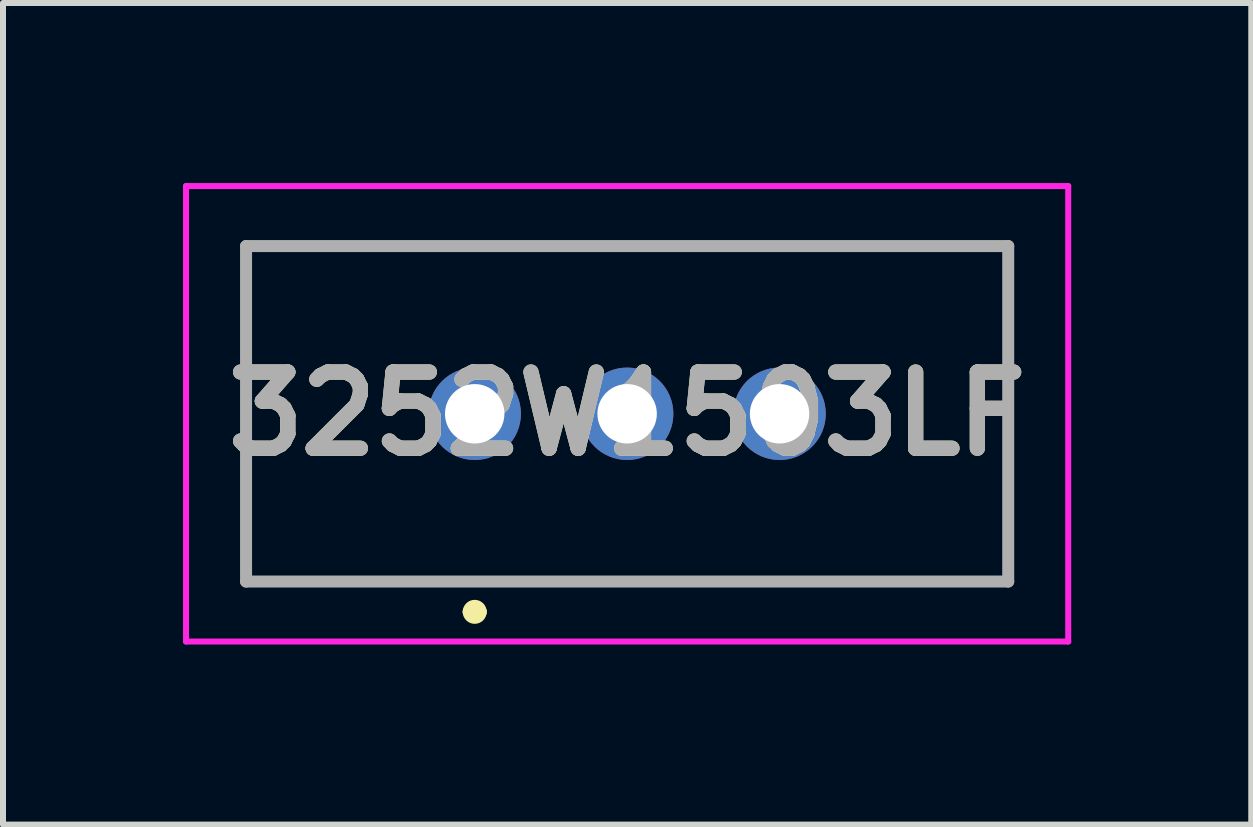
<source format=kicad_pcb>
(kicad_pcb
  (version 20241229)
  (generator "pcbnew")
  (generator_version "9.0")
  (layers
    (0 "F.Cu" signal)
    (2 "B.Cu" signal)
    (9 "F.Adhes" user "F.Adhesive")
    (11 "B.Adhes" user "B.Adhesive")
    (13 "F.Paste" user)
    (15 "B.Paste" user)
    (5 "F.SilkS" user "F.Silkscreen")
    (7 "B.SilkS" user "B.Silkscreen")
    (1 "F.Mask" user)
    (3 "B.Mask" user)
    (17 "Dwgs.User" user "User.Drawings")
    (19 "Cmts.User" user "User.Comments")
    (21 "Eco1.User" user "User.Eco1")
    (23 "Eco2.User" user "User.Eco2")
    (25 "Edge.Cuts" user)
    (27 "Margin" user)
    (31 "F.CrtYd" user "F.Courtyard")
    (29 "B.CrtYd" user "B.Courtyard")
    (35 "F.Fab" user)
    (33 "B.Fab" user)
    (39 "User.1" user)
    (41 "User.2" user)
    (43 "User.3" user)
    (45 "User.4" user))
  (footprint "3252W1503LF"
    (layer "F.Cu")
    (at 4.86 3.845)
    (property "Reference" "3252W1503LF" (at 2.54 0 0) (layer "F.SilkS") (effects (font (size 1.27 1.27) (thickness 0.254))))
    (attr through_hole)
    (fp_line (start -3.81 -2.795) (end 8.89 -2.795) (stroke (width 0.1) (type solid)) (layer "F.SilkS"))
    (fp_line (start -3.81 2.795) (end -3.81 -2.795) (stroke (width 0.1) (type solid)) (layer "F.SilkS"))
    (fp_line (start -0.1 3.3) (end -0.1 3.3) (stroke (width 0.2) (type solid)) (layer "F.SilkS"))
    (fp_line (start 0.1 3.3) (end 0.1 3.3) (stroke (width 0.2) (type solid)) (layer "F.SilkS"))
    (fp_line (start 8.89 -2.795) (end 8.89 2.795) (stroke (width 0.1) (type solid)) (layer "F.SilkS"))
    (fp_line (start 8.89 2.795) (end -3.81 2.795) (stroke (width 0.1) (type solid)) (layer "F.SilkS"))
    (fp_arc (start -0.1 3.3) (mid 0 3.2) (end 0.1 3.3) (stroke (width 0.2) (type solid)) (layer "F.SilkS"))
    (fp_arc (start 0.1 3.3) (mid 0 3.4) (end -0.1 3.3) (stroke (width 0.2) (type solid)) (layer "F.SilkS"))
    (fp_line (start -4.81 -3.795) (end 9.89 -3.795) (stroke (width 0.1) (type solid)) (layer "F.CrtYd"))
    (fp_line (start -4.81 3.795) (end -4.81 -3.795) (stroke (width 0.1) (type solid)) (layer "F.CrtYd"))
    (fp_line (start 9.89 -3.795) (end 9.89 3.795) (stroke (width 0.1) (type solid)) (layer "F.CrtYd"))
    (fp_line (start 9.89 3.795) (end -4.81 3.795) (stroke (width 0.1) (type solid)) (layer "F.CrtYd"))
    (fp_line (start -3.81 -2.795) (end 8.89 -2.795) (stroke (width 0.2) (type solid)) (layer "F.Fab"))
    (fp_line (start -3.81 2.795) (end -3.81 -2.795) (stroke (width 0.2) (type solid)) (layer "F.Fab"))
    (fp_line (start 8.89 -2.795) (end 8.89 2.795) (stroke (width 0.2) (type solid)) (layer "F.Fab"))
    (fp_line (start 8.89 2.795) (end -3.81 2.795) (stroke (width 0.2) (type solid)) (layer "F.Fab"))
    (fp_text user "${REFERENCE}" (at 2.54 0 0) (layer "F.Fab") (effects (font (size 1.27 1.27) (thickness 0.254))))
    (pad "1" thru_hole circle (at 0 0) (size 1.54 1.54) (drill 0.99) (layers "*.Cu" "*.Mask"))
    (pad "2" thru_hole circle (at 2.54 0) (size 1.54 1.54) (drill 0.99) (layers "*.Cu" "*.Mask"))
    (pad "3" thru_hole circle (at 5.08 0) (size 1.54 1.54) (drill 0.99) (layers "*.Cu" "*.Mask")))
  (gr_rect
    (start -3 -3)
    (end 17.8 10.69)
    (stroke (width 0.1) (type default))
    (fill no)
    (layer "Edge.Cuts")))
</source>
